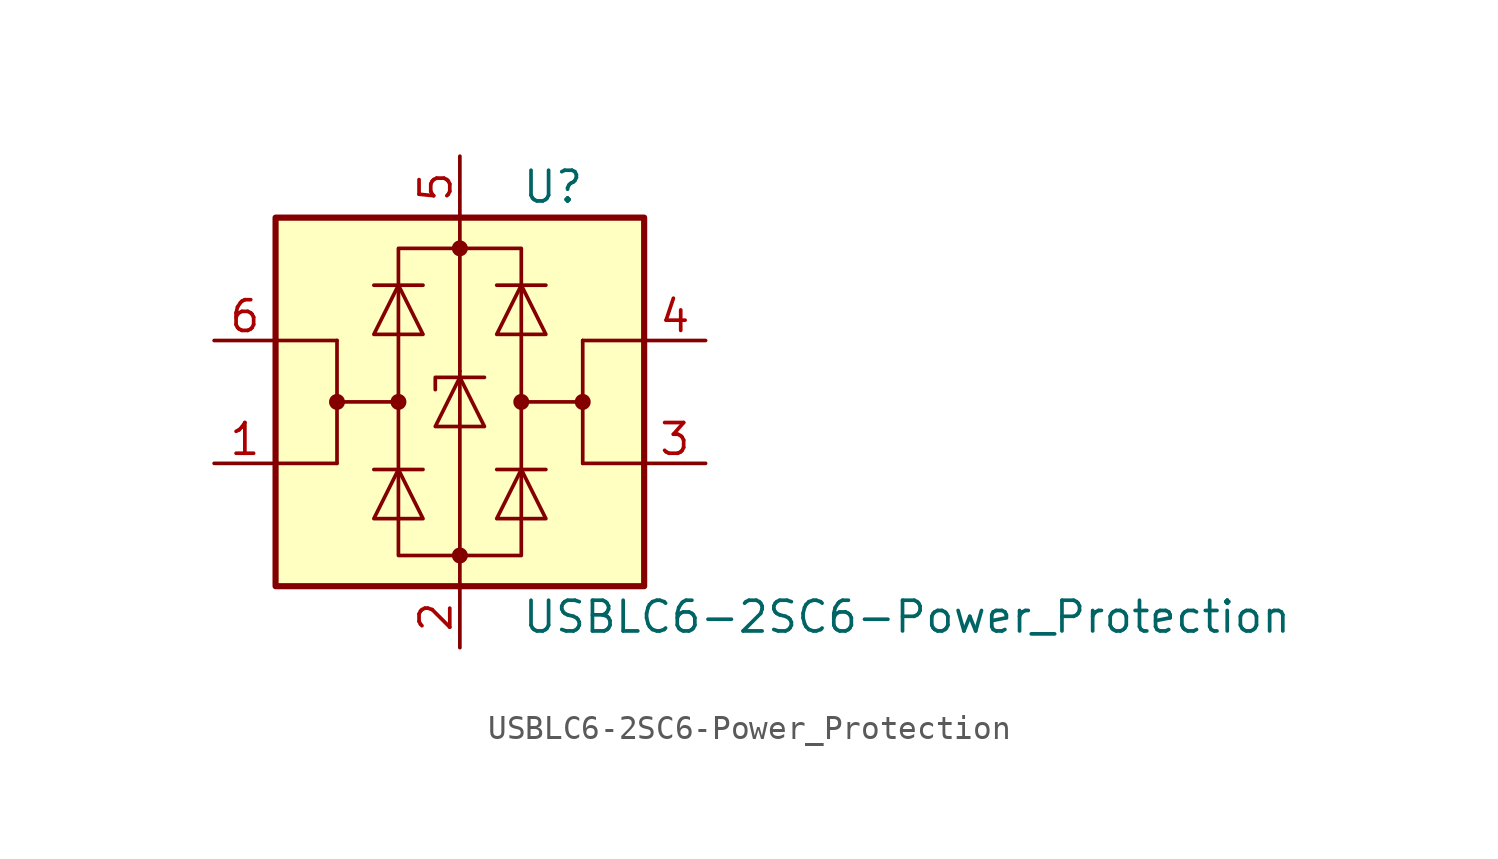
<source format=kicad_sym>
(kicad_symbol_lib
  (version 20220914)
  (generator kicad_symbol_editor)
  (symbol "USBLC6-2SC6-Power_Protection"
    (pin_names hide)
    (property "Reference" "U"
      (at 2.54 8.89 0)
      (effects (font (size 1.27 1.27)) (justify left)))
    (property "Value" "USBLC6-2SC6-Power_Protection"
      (at 2.54 -8.89 0)
      (effects (font (size 1.27 1.27)) (justify left)))
    (symbol "USBLC6-2SC6-Power_Protection_0_1"
      (rectangle (start -7.62 -7.62) (end 7.62 7.62) (stroke (width 0.254) (type solid)) (fill (type background)))
      (circle (center -5.08 0) (radius 0.254) (stroke (width 0) (type solid)) (fill (type outline)))
      (circle (center -2.54 0) (radius 0.254) (stroke (width 0) (type solid)) (fill (type outline)))
      (rectangle (start -2.54 6.35) (end 2.54 -6.35) (stroke (width 0) (type solid)) (fill (type none)))
      (circle (center 0 -6.35) (radius 0.254) (stroke (width 0) (type solid)) (fill (type outline)))
      (polyline (pts (xy -5.08 -2.54) (xy -7.62 -2.54)) (stroke (width 0) (type solid)) (fill (type none)))
      (polyline (pts (xy -5.08 0) (xy -5.08 -2.54)) (stroke (width 0) (type solid)) (fill (type none)))
      (polyline (pts (xy -5.08 2.54) (xy -7.62 2.54)) (stroke (width 0) (type solid)) (fill (type none)))
      (polyline (pts (xy -1.524 -2.794) (xy -3.556 -2.794)) (stroke (width 0) (type solid)) (fill (type none)))
      (polyline (pts (xy -1.524 4.826) (xy -3.556 4.826)) (stroke (width 0) (type solid)) (fill (type none)))
      (polyline (pts (xy 0 -7.62) (xy 0 -6.35)) (stroke (width 0) (type solid)) (fill (type none)))
      (polyline (pts (xy 0 -6.35) (xy 0 1.27)) (stroke (width 0) (type solid)) (fill (type none)))
      (polyline (pts (xy 0 1.27) (xy 0 6.35)) (stroke (width 0) (type solid)) (fill (type none)))
      (polyline (pts (xy 0 6.35) (xy 0 7.62)) (stroke (width 0) (type solid)) (fill (type none)))
      (polyline (pts (xy 1.524 -2.794) (xy 3.556 -2.794)) (stroke (width 0) (type solid)) (fill (type none)))
      (polyline (pts (xy 1.524 4.826) (xy 3.556 4.826)) (stroke (width 0) (type solid)) (fill (type none)))
      (polyline (pts (xy 5.08 -2.54) (xy 7.62 -2.54)) (stroke (width 0) (type solid)) (fill (type none)))
      (polyline (pts (xy 5.08 0) (xy 5.08 -2.54)) (stroke (width 0) (type solid)) (fill (type none)))
      (polyline (pts (xy 5.08 2.54) (xy 7.62 2.54)) (stroke (width 0) (type solid)) (fill (type none)))
      (polyline (pts (xy -2.54 0) (xy -5.08 0) (xy -5.08 2.54)) (stroke (width 0) (type solid)) (fill (type none)))
      (polyline (pts (xy 2.54 0) (xy 5.08 0) (xy 5.08 2.54)) (stroke (width 0) (type solid)) (fill (type none)))
      (polyline (pts (xy -3.556 -4.826) (xy -1.524 -4.826) (xy -2.54 -2.794) (xy -3.556 -4.826)) (stroke (width 0) (type solid)) (fill (type none)))
      (polyline (pts (xy -3.556 2.794) (xy -1.524 2.794) (xy -2.54 4.826) (xy -3.556 2.794)) (stroke (width 0) (type solid)) (fill (type none)))
      (polyline (pts (xy -1.016 -1.016) (xy 1.016 -1.016) (xy 0 1.016) (xy -1.016 -1.016)) (stroke (width 0) (type solid)) (fill (type none)))
      (polyline (pts (xy 1.016 1.016) (xy 0.762 1.016) (xy -1.016 1.016) (xy -1.016 0.508)) (stroke (width 0) (type solid)) (fill (type none)))
      (polyline (pts (xy 3.556 -4.826) (xy 1.524 -4.826) (xy 2.54 -2.794) (xy 3.556 -4.826)) (stroke (width 0) (type solid)) (fill (type none)))
      (polyline (pts (xy 3.556 2.794) (xy 1.524 2.794) (xy 2.54 4.826) (xy 3.556 2.794)) (stroke (width 0) (type solid)) (fill (type none)))
      (circle (center 0 6.35) (radius 0.254) (stroke (width 0) (type solid)) (fill (type outline)))
      (circle (center 2.54 0) (radius 0.254) (stroke (width 0) (type solid)) (fill (type outline)))
      (circle (center 5.08 0) (radius 0.254) (stroke (width 0) (type solid)) (fill (type outline))))
    (symbol "USBLC6-2SC6-Power_Protection_1_1"
      (pin passive line (at -10.16 -2.54 0) (length 2.54) (name "I/O1" (effects (font (size 1.27 1.27)))) (number "1" (effects (font (size 1.27 1.27)))))
      (pin passive line (at 0 -10.16 90) (length 2.54) (name "GND" (effects (font (size 1.27 1.27)))) (number "2" (effects (font (size 1.27 1.27)))))
      (pin passive line (at 10.16 -2.54 180) (length 2.54) (name "I/O2" (effects (font (size 1.27 1.27)))) (number "3" (effects (font (size 1.27 1.27)))))
      (pin passive line (at 10.16 2.54 180) (length 2.54) (name "I/O2" (effects (font (size 1.27 1.27)))) (number "4" (effects (font (size 1.27 1.27)))))
      (pin passive line (at 0 10.16 270) (length 2.54) (name "VBUS" (effects (font (size 1.27 1.27)))) (number "5" (effects (font (size 1.27 1.27)))))
      (pin passive line (at -10.16 2.54 0) (length 2.54) (name "I/O1" (effects (font (size 1.27 1.27)))) (number "6" (effects (font (size 1.27 1.27))))))))
</source>
